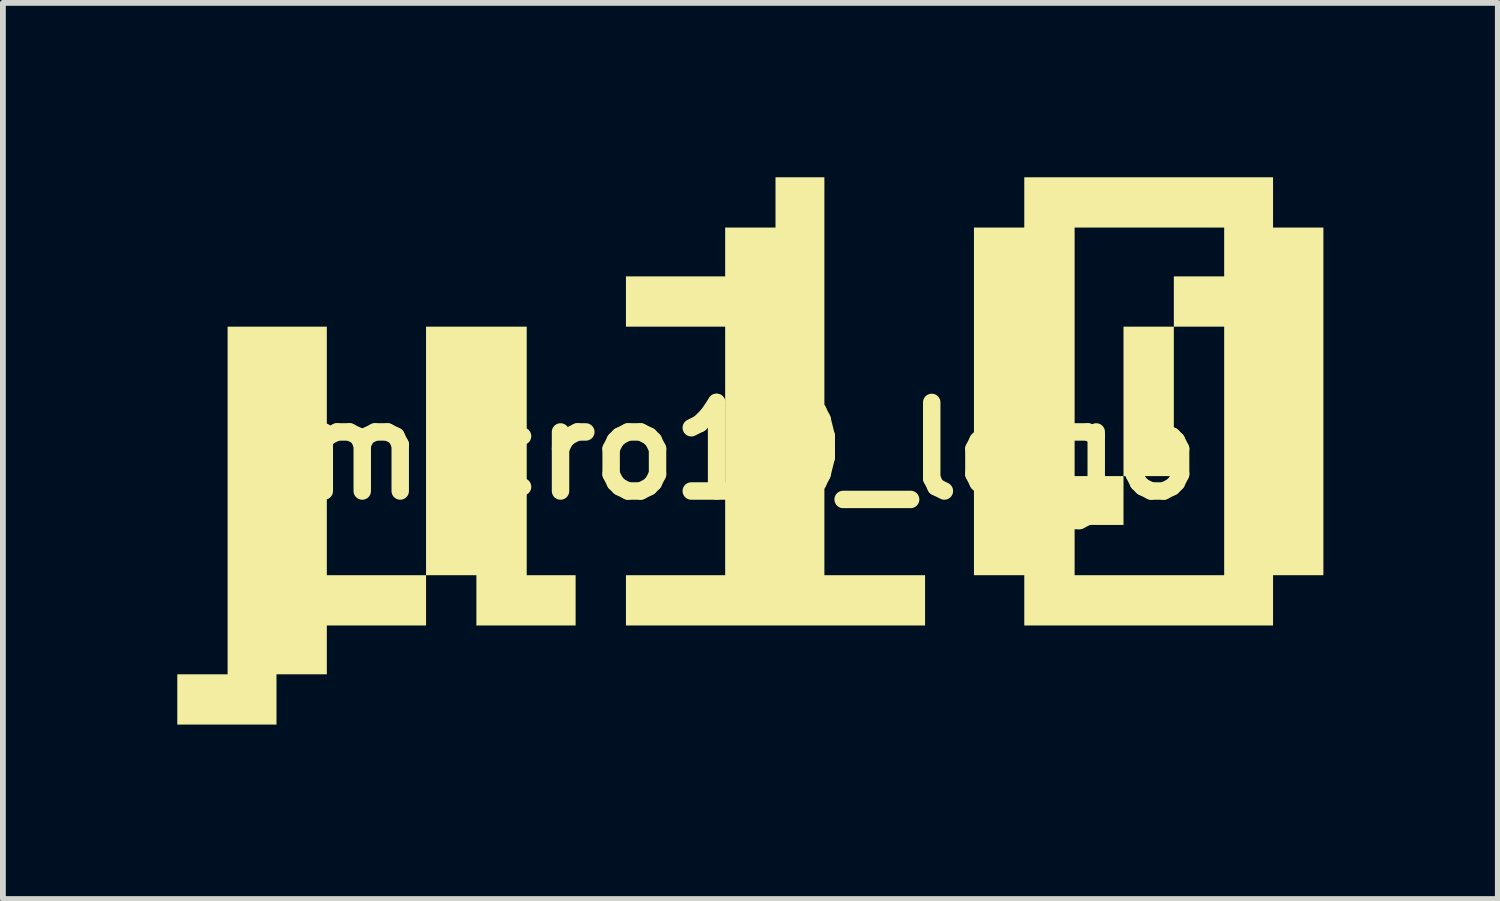
<source format=kicad_pcb>
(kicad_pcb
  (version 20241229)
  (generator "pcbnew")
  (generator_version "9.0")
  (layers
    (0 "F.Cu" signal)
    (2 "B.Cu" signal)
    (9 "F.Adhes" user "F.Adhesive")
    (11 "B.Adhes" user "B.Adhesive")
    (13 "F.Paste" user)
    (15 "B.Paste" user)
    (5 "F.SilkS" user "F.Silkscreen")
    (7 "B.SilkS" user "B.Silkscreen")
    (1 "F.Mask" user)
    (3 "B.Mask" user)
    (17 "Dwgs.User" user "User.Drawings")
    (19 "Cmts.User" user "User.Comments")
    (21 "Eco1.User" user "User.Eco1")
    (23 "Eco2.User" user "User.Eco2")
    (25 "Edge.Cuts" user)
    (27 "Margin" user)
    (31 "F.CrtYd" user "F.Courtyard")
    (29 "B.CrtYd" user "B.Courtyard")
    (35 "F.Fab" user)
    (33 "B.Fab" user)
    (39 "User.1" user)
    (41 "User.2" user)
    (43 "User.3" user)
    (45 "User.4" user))
  (footprint "micro10_logo"
    (layer "F.Cu")
    (at 9.859 4.708)
    (property "Reference" "micro10_logo" (at 0 0 0) (layer "F.SilkS") (effects (font (size 1.524 1.524) (thickness 0.3))))
    (attr board_only exclude_from_pos_files exclude_from_bom)
    (fp_poly (pts (xy 7.286 0.433) (xy 6.42 0.433) (xy 6.42 -2.138) (xy 7.286 -2.138)) (stroke (width 0) (type solid)) (fill yes) (layer "F.SilkS"))
    (fp_poly (pts (xy -3.847 2.138) (xy -3.006 2.138) (xy -3.006 3.003) (xy -4.713 3.003) (xy -4.713 2.138) (xy -5.579 2.138) (xy -5.579 -2.138) (xy -3.847 -2.138)) (stroke (width 0) (type solid)) (fill yes) (layer "F.SilkS"))
    (fp_poly (pts (xy -7.286 2.138) (xy -5.579 2.138) (xy -5.579 3.003) (xy -7.286 3.003) (xy -7.286 3.843) (xy -8.152 3.843) (xy -8.152 4.708) (xy -9.859 4.708) (xy -9.859 3.843) (xy -8.993 3.843) (xy -8.993 -2.138) (xy -7.286 -2.138)) (stroke (width 0) (type solid)) (fill yes) (layer "F.SilkS"))
    (fp_poly (pts (xy 1.274 2.138) (xy 3.006 2.138) (xy 3.006 3.003) (xy -2.14 3.003) (xy -2.14 2.138) (xy -0.433 2.138) (xy -0.433 -2.138) (xy -2.14 -2.138) (xy -2.14 -3.003) (xy -0.433 -3.003) (xy -0.433 -3.843) (xy 0.433 -3.843) (xy 0.433 -4.708) (xy 1.274 -4.708)) (stroke (width 0) (type solid)) (fill yes) (layer "F.SilkS"))
    (fp_poly (pts (xy 8.993 -3.843) (xy 9.859 -3.843) (xy 9.859 2.138) (xy 8.993 2.138) (xy 8.993 3.003) (xy 4.713 3.003) (xy 4.713 2.138) (xy 5.579 2.138) (xy 8.152 2.138) (xy 8.152 -2.138) (xy 7.286 -2.138) (xy 7.286 -3.003) (xy 8.152 -3.003) (xy 8.152 -3.843) (xy 5.579 -3.843) (xy 5.579 0.433) (xy 6.42 0.433) (xy 6.42 1.273) (xy 5.579 1.273) (xy 5.579 2.138) (xy 4.713 2.138) (xy 3.847 2.138) (xy 3.847 -3.843) (xy 4.713 -3.843) (xy 4.713 -4.708) (xy 8.993 -4.708)) (stroke (width 0) (type solid)) (fill yes) (layer "F.SilkS")))
  (gr_rect
    (start -3 -3)
    (end 22.719 12.417)
    (stroke (width 0.1) (type default))
    (fill no)
    (layer "Edge.Cuts")))
</source>
